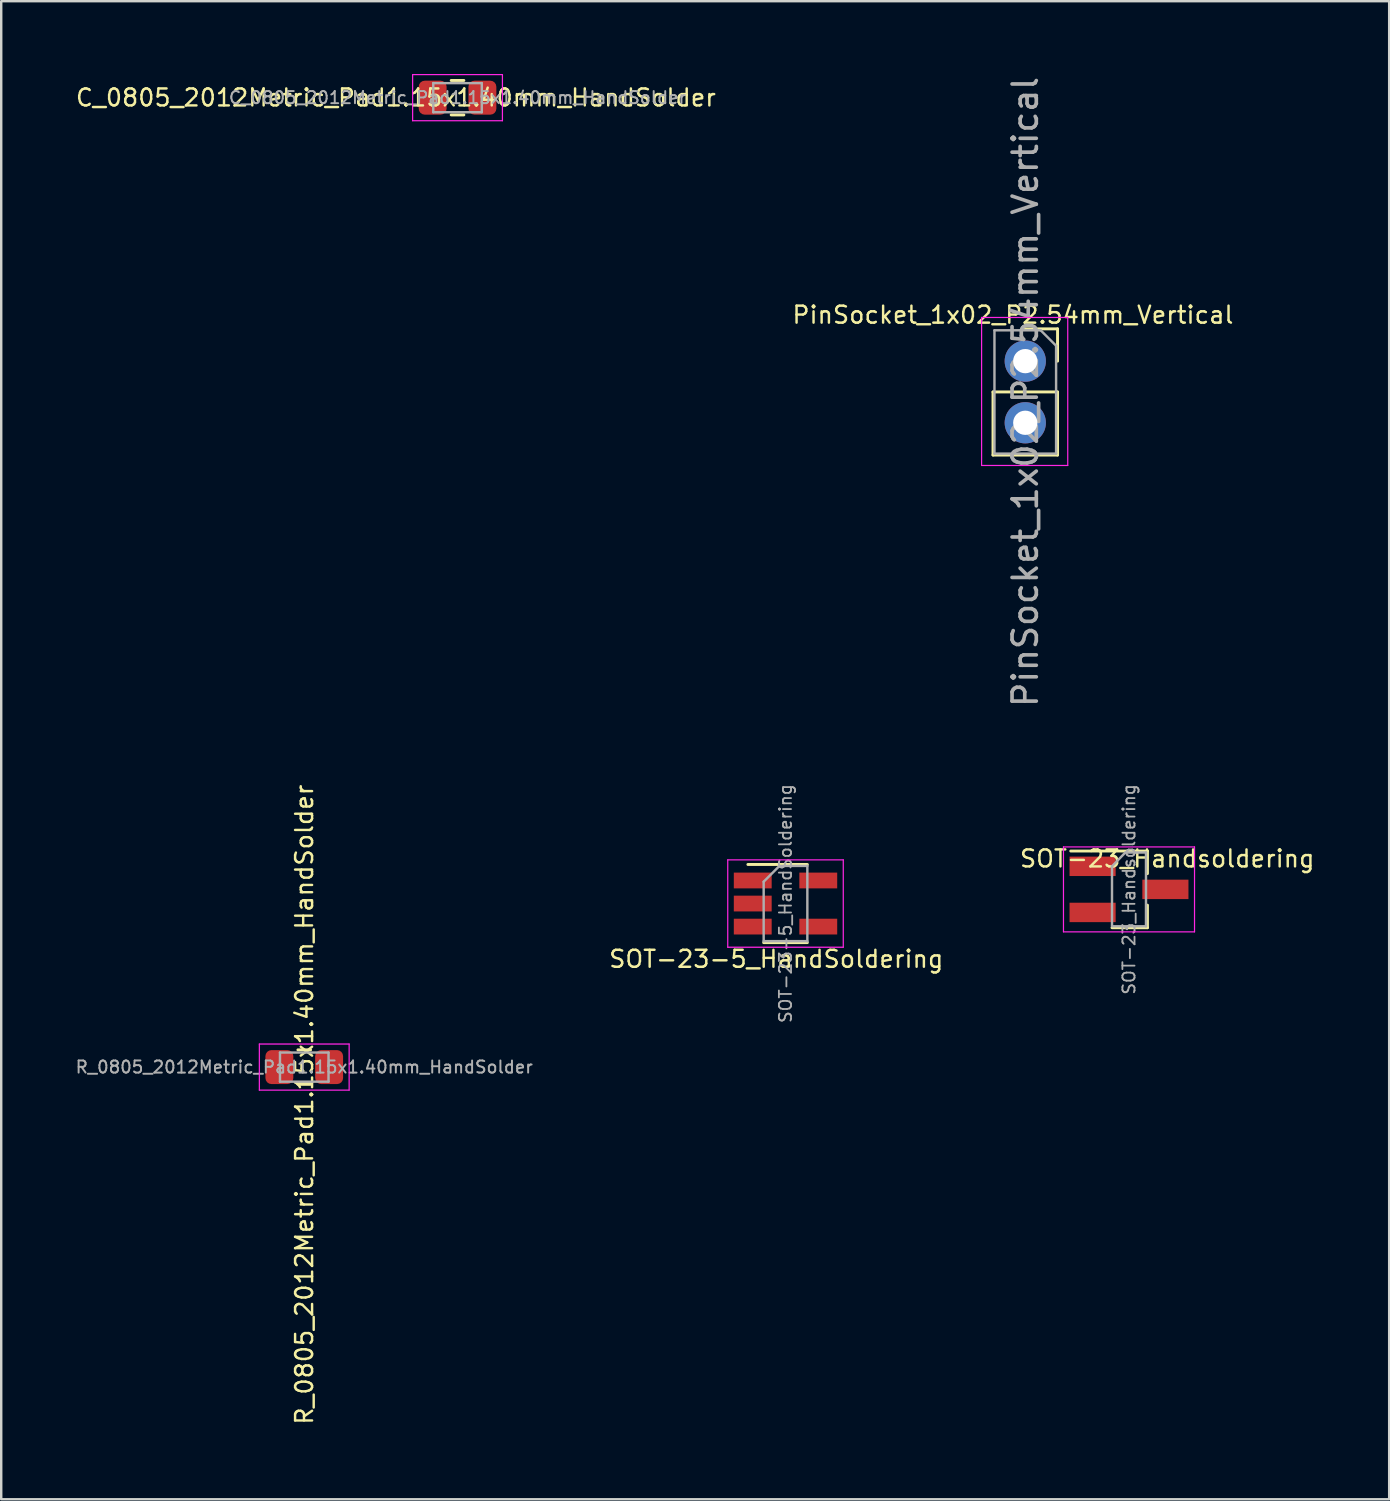
<source format=kicad_pcb>
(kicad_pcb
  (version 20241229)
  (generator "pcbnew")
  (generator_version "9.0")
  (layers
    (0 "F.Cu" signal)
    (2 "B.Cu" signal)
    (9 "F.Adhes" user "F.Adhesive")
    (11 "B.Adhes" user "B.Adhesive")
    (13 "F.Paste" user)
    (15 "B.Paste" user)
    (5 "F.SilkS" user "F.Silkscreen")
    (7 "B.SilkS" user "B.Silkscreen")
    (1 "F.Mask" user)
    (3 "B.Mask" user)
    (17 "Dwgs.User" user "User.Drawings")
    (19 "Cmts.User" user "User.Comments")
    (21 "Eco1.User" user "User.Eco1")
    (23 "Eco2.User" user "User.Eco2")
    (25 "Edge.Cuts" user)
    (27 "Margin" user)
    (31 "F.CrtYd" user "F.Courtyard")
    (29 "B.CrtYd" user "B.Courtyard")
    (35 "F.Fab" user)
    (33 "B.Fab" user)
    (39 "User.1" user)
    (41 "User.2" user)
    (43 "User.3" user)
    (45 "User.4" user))
  (footprint "SOT-23-5_HandSoldering"
    (layer "F.Cu")
    (at 29.318 34.182)
    (property "Reference" "SOT-23-5_HandSoldering" (at -0.381 2.286 180) (layer "F.SilkS") (effects (font (size 0.7 0.7) (thickness 0.1))))
    (attr smd)
    (fp_line (start -0.9 1.61) (end 0.9 1.61) (stroke (width 0.12) (type solid)) (layer "F.SilkS"))
    (fp_line (start 0.9 -1.61) (end -1.55 -1.61) (stroke (width 0.12) (type solid)) (layer "F.SilkS"))
    (fp_line (start -2.38 -1.8) (end -2.38 1.8) (stroke (width 0.05) (type solid)) (layer "F.CrtYd"))
    (fp_line (start -2.38 -1.8) (end 2.38 -1.8) (stroke (width 0.05) (type solid)) (layer "F.CrtYd"))
    (fp_line (start 2.38 1.8) (end -2.38 1.8) (stroke (width 0.05) (type solid)) (layer "F.CrtYd"))
    (fp_line (start 2.38 1.8) (end 2.38 -1.8) (stroke (width 0.05) (type solid)) (layer "F.CrtYd"))
    (fp_line (start -0.9 -0.9) (end -0.9 1.55) (stroke (width 0.1) (type solid)) (layer "F.Fab"))
    (fp_line (start -0.9 -0.9) (end -0.25 -1.55) (stroke (width 0.1) (type solid)) (layer "F.Fab"))
    (fp_line (start 0.9 -1.55) (end -0.25 -1.55) (stroke (width 0.1) (type solid)) (layer "F.Fab"))
    (fp_line (start 0.9 -1.55) (end 0.9 1.55) (stroke (width 0.1) (type solid)) (layer "F.Fab"))
    (fp_line (start 0.9 1.55) (end -0.9 1.55) (stroke (width 0.1) (type solid)) (layer "F.Fab"))
    (fp_text user "${REFERENCE}" (at 0 0 90) (layer "F.Fab") (effects (font (size 0.5 0.5) (thickness 0.075))))
    (pad "1" smd rect (at -1.35 -0.95) (size 1.56 0.65) (layers "F.Cu" "F.Mask" "F.Paste"))
    (pad "2" smd rect (at -1.35 0) (size 1.56 0.65) (layers "F.Cu" "F.Mask" "F.Paste"))
    (pad "3" smd rect (at -1.35 0.95) (size 1.56 0.65) (layers "F.Cu" "F.Mask" "F.Paste"))
    (pad "4" smd rect (at 1.35 0.95) (size 1.56 0.65) (layers "F.Cu" "F.Mask" "F.Paste"))
    (pad "5" smd rect (at 1.35 -0.95) (size 1.56 0.65) (layers "F.Cu" "F.Mask" "F.Paste")))
  (footprint "R_0805_2012Metric_Pad1.15x1.40mm_HandSolder"
    (layer "F.Cu")
    (at 9.487 40.921)
    (property "Reference" "R_0805_2012Metric_Pad1.15x1.40mm_HandSolder" (at 0.004 1.544 270) (layer "F.SilkS") (effects (font (size 0.7 0.7) (thickness 0.1))))
    (attr smd)
    (fp_line (start -0.261 -0.71) (end 0.261 -0.71) (stroke (width 0.12) (type solid)) (layer "F.SilkS"))
    (fp_line (start -0.261 0.71) (end 0.261 0.71) (stroke (width 0.12) (type solid)) (layer "F.SilkS"))
    (fp_line (start -1.85 -0.95) (end 1.85 -0.95) (stroke (width 0.05) (type solid)) (layer "F.CrtYd"))
    (fp_line (start -1.85 0.95) (end -1.85 -0.95) (stroke (width 0.05) (type solid)) (layer "F.CrtYd"))
    (fp_line (start 1.85 -0.95) (end 1.85 0.95) (stroke (width 0.05) (type solid)) (layer "F.CrtYd"))
    (fp_line (start 1.85 0.95) (end -1.85 0.95) (stroke (width 0.05) (type solid)) (layer "F.CrtYd"))
    (fp_line (start -1 -0.6) (end 1 -0.6) (stroke (width 0.1) (type solid)) (layer "F.Fab"))
    (fp_line (start -1 0.6) (end -1 -0.6) (stroke (width 0.1) (type solid)) (layer "F.Fab"))
    (fp_line (start 1 -0.6) (end 1 0.6) (stroke (width 0.1) (type solid)) (layer "F.Fab"))
    (fp_line (start 1 0.6) (end -1 0.6) (stroke (width 0.1) (type solid)) (layer "F.Fab"))
    (fp_text user "${REFERENCE}" (at 0 0 0) (layer "F.Fab") (effects (font (size 0.5 0.5) (thickness 0.08))))
    (pad "1" smd roundrect (at -1.025 0) (size 1.15 1.4) (layers "F.Cu" "F.Mask" "F.Paste") (roundrect_rratio 0.217))
    (pad "2" smd roundrect (at 1.025 0) (size 1.15 1.4) (layers "F.Cu" "F.Mask" "F.Paste") (roundrect_rratio 0.217)))
  (footprint "C_0805_2012Metric_Pad1.15x1.40mm_HandSolder"
    (layer "F.Cu")
    (at 15.803 0.975)
    (property "Reference" "C_0805_2012Metric_Pad1.15x1.40mm_HandSolder" (at -2.54 0 180) (layer "F.SilkS") (effects (font (size 0.7 0.7) (thickness 0.1))))
    (attr smd)
    (fp_line (start -0.261 -0.71) (end 0.261 -0.71) (stroke (width 0.12) (type solid)) (layer "F.SilkS"))
    (fp_line (start -0.261 0.71) (end 0.261 0.71) (stroke (width 0.12) (type solid)) (layer "F.SilkS"))
    (fp_line (start -1.85 -0.95) (end 1.85 -0.95) (stroke (width 0.05) (type solid)) (layer "F.CrtYd"))
    (fp_line (start -1.85 0.95) (end -1.85 -0.95) (stroke (width 0.05) (type solid)) (layer "F.CrtYd"))
    (fp_line (start 1.85 -0.95) (end 1.85 0.95) (stroke (width 0.05) (type solid)) (layer "F.CrtYd"))
    (fp_line (start 1.85 0.95) (end -1.85 0.95) (stroke (width 0.05) (type solid)) (layer "F.CrtYd"))
    (fp_line (start -1 -0.6) (end 1 -0.6) (stroke (width 0.1) (type solid)) (layer "F.Fab"))
    (fp_line (start -1 0.6) (end -1 -0.6) (stroke (width 0.1) (type solid)) (layer "F.Fab"))
    (fp_line (start 1 -0.6) (end 1 0.6) (stroke (width 0.1) (type solid)) (layer "F.Fab"))
    (fp_line (start 1 0.6) (end -1 0.6) (stroke (width 0.1) (type solid)) (layer "F.Fab"))
    (fp_text user "${REFERENCE}" (at 0 0 0) (layer "F.Fab") (effects (font (size 0.5 0.5) (thickness 0.08))))
    (pad "1" smd roundrect (at -1.025 0) (size 1.15 1.4) (layers "F.Cu" "F.Mask" "F.Paste") (roundrect_rratio 0.217))
    (pad "2" smd roundrect (at 1.025 0) (size 1.15 1.4) (layers "F.Cu" "F.Mask" "F.Paste") (roundrect_rratio 0.217)))
  (footprint "PinSocket_1x02_P2.54mm_Vertical"
    (layer "F.Cu")
    (at 39.198 11.831)
    (property "Reference" "PinSocket_1x02_P2.54mm_Vertical" (at -0.508 -1.905 0) (layer "F.SilkS") (effects (font (size 0.7 0.7) (thickness 0.1))))
    (attr through_hole)
    (fp_line (start -1.33 1.27) (end -1.33 3.87) (stroke (width 0.12) (type solid)) (layer "F.SilkS"))
    (fp_line (start -1.33 1.27) (end 1.33 1.27) (stroke (width 0.12) (type solid)) (layer "F.SilkS"))
    (fp_line (start -1.33 3.87) (end 1.33 3.87) (stroke (width 0.12) (type solid)) (layer "F.SilkS"))
    (fp_line (start 0 -1.33) (end 1.33 -1.33) (stroke (width 0.12) (type solid)) (layer "F.SilkS"))
    (fp_line (start 1.33 -1.33) (end 1.33 0) (stroke (width 0.12) (type solid)) (layer "F.SilkS"))
    (fp_line (start 1.33 1.27) (end 1.33 3.87) (stroke (width 0.12) (type solid)) (layer "F.SilkS"))
    (fp_line (start -1.8 -1.8) (end 1.75 -1.8) (stroke (width 0.05) (type solid)) (layer "F.CrtYd"))
    (fp_line (start -1.8 4.3) (end -1.8 -1.8) (stroke (width 0.05) (type solid)) (layer "F.CrtYd"))
    (fp_line (start 1.75 -1.8) (end 1.75 4.3) (stroke (width 0.05) (type solid)) (layer "F.CrtYd"))
    (fp_line (start 1.75 4.3) (end -1.8 4.3) (stroke (width 0.05) (type solid)) (layer "F.CrtYd"))
    (fp_line (start -1.27 -1.27) (end 0.635 -1.27) (stroke (width 0.1) (type solid)) (layer "F.Fab"))
    (fp_line (start -1.27 3.81) (end -1.27 -1.27) (stroke (width 0.1) (type solid)) (layer "F.Fab"))
    (fp_line (start 0.635 -1.27) (end 1.27 -0.635) (stroke (width 0.1) (type solid)) (layer "F.Fab"))
    (fp_line (start 1.27 -0.635) (end 1.27 3.81) (stroke (width 0.1) (type solid)) (layer "F.Fab"))
    (fp_line (start 1.27 3.81) (end -1.27 3.81) (stroke (width 0.1) (type solid)) (layer "F.Fab"))
    (fp_text user "${REFERENCE}" (at 0 1.27 90) (layer "F.Fab") (effects (font (size 1 1) (thickness 0.15))))
    (pad "1" thru_hole circle (at 0 0) (size 1.7 1.7) (drill 1) (layers "*.Cu" "*.Mask"))
    (pad "2" thru_hole oval (at 0 2.54) (size 1.7 1.7) (drill 1) (layers "*.Cu" "*.Mask")))
  (footprint "SOT-23_Handsoldering"
    (layer "F.Cu")
    (at 43.472 33.598)
    (property "Reference" "SOT-23_Handsoldering" (at 1.575 -1.266 180) (layer "F.SilkS") (effects (font (size 0.7 0.7) (thickness 0.1))))
    (attr smd)
    (fp_line (start 0.76 -1.58) (end -2.4 -1.58) (stroke (width 0.12) (type solid)) (layer "F.SilkS"))
    (fp_line (start 0.76 -1.58) (end 0.76 -0.65) (stroke (width 0.12) (type solid)) (layer "F.SilkS"))
    (fp_line (start 0.76 1.58) (end -0.7 1.58) (stroke (width 0.12) (type solid)) (layer "F.SilkS"))
    (fp_line (start 0.76 1.58) (end 0.76 0.65) (stroke (width 0.12) (type solid)) (layer "F.SilkS"))
    (fp_line (start -2.7 -1.75) (end 2.7 -1.75) (stroke (width 0.05) (type solid)) (layer "F.CrtYd"))
    (fp_line (start -2.7 1.75) (end -2.7 -1.75) (stroke (width 0.05) (type solid)) (layer "F.CrtYd"))
    (fp_line (start 2.7 -1.75) (end 2.7 1.75) (stroke (width 0.05) (type solid)) (layer "F.CrtYd"))
    (fp_line (start 2.7 1.75) (end -2.7 1.75) (stroke (width 0.05) (type solid)) (layer "F.CrtYd"))
    (fp_line (start -0.7 -0.95) (end -0.7 1.5) (stroke (width 0.1) (type solid)) (layer "F.Fab"))
    (fp_line (start -0.7 -0.95) (end -0.15 -1.52) (stroke (width 0.1) (type solid)) (layer "F.Fab"))
    (fp_line (start -0.7 1.52) (end 0.7 1.52) (stroke (width 0.1) (type solid)) (layer "F.Fab"))
    (fp_line (start -0.15 -1.52) (end 0.7 -1.52) (stroke (width 0.1) (type solid)) (layer "F.Fab"))
    (fp_line (start 0.7 -1.52) (end 0.7 1.52) (stroke (width 0.1) (type solid)) (layer "F.Fab"))
    (fp_text user "${REFERENCE}" (at 0 0 90) (layer "F.Fab") (effects (font (size 0.5 0.5) (thickness 0.075))))
    (pad "1" smd rect (at -1.5 -0.95) (size 1.9 0.8) (layers "F.Cu" "F.Mask" "F.Paste"))
    (pad "2" smd rect (at -1.5 0.95) (size 1.9 0.8) (layers "F.Cu" "F.Mask" "F.Paste"))
    (pad "3" smd rect (at 1.5 0) (size 1.9 0.8) (layers "F.Cu" "F.Mask" "F.Paste")))
  (gr_rect
    (start -3 -3)
    (end 54.193 58.729)
    (stroke (width 0.1) (type default))
    (fill no)
    (layer "Edge.Cuts")))
</source>
